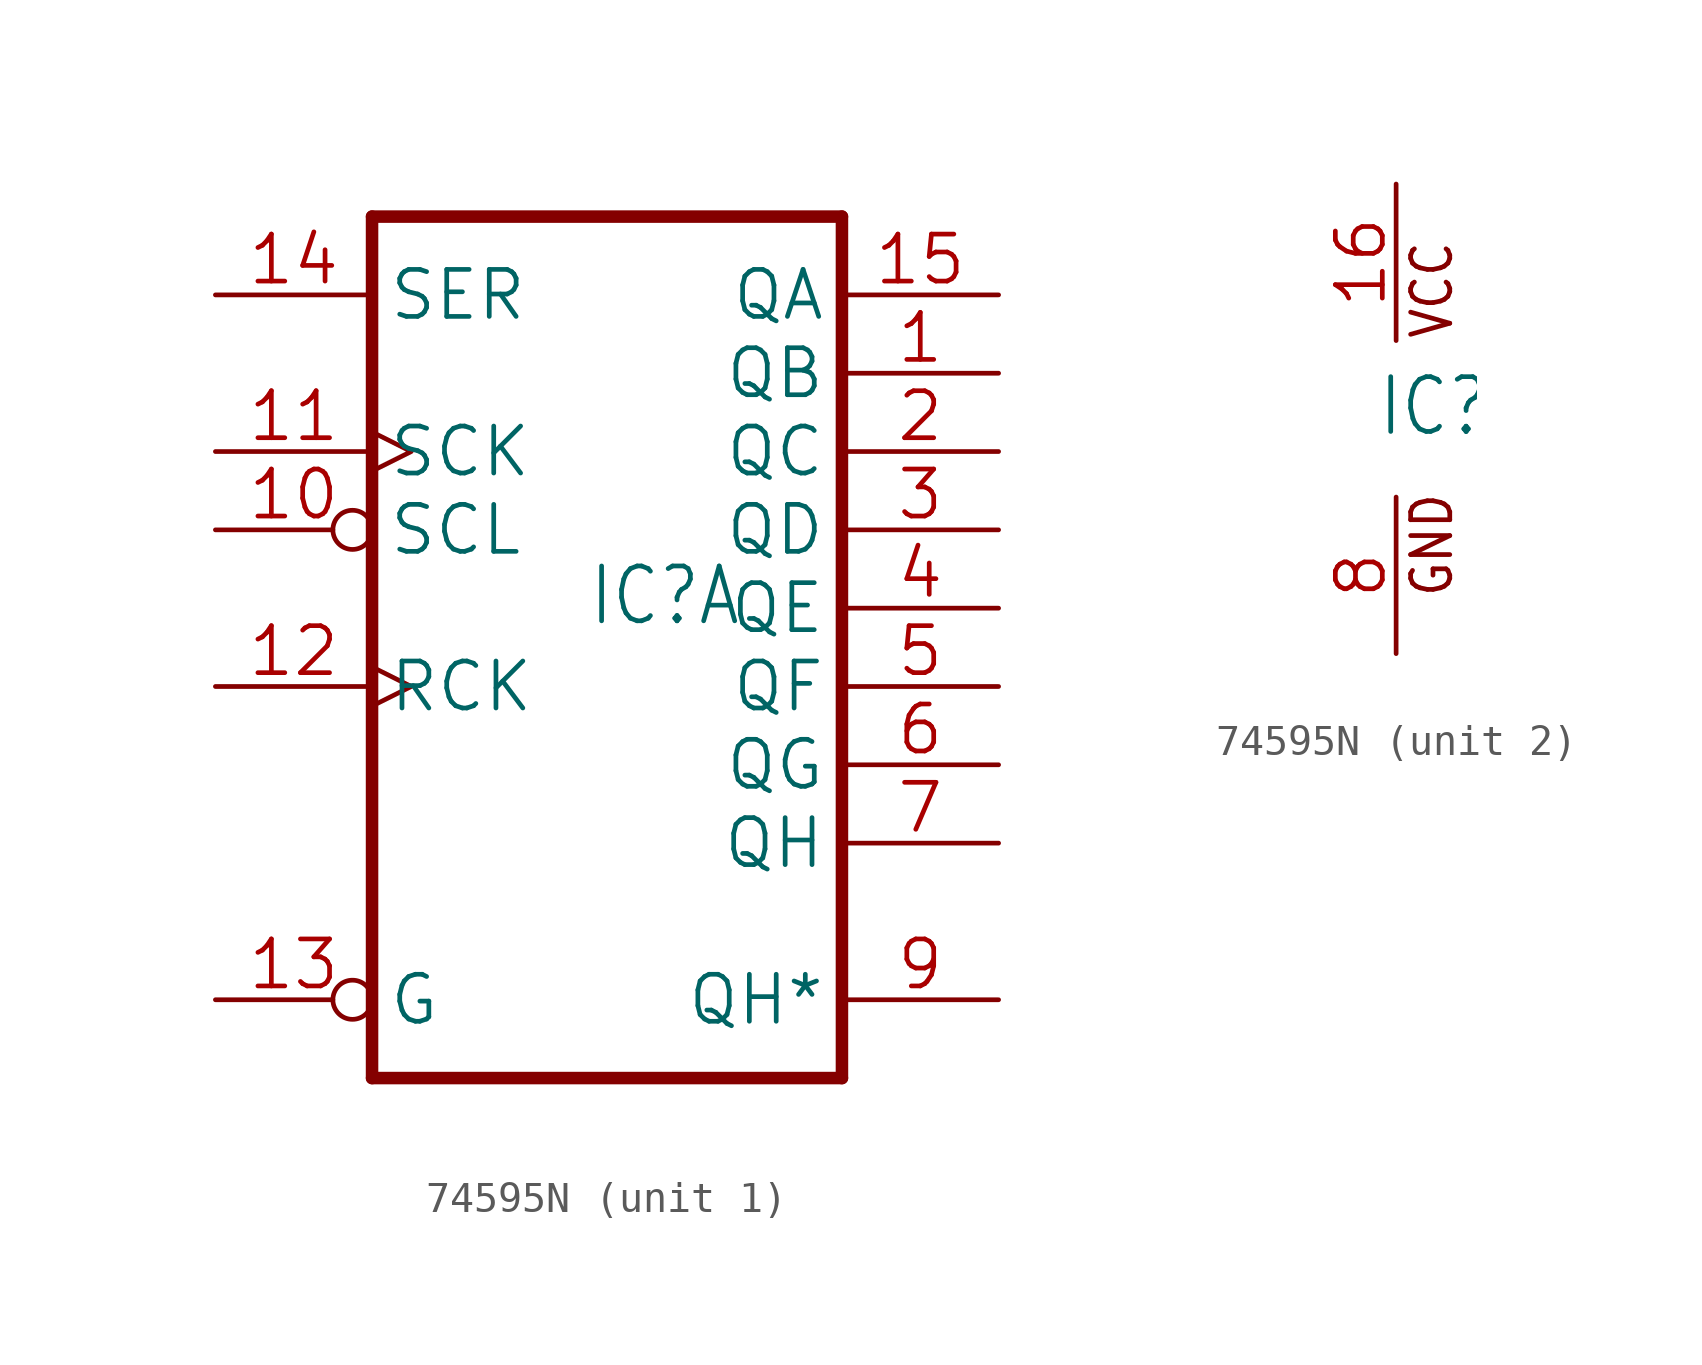
<source format=kicad_sym>
(kicad_symbol_lib
  (version 20241209)
  (generator "kicad_symbol_editor")
  (generator_version "9.0")
  (symbol "74595N"
    (property "Reference" "IC"
      (at -0.635 -0.635 0)
      (effects (font (size 1.778 1.511)) (justify left bottom)))
    (property "ki_locked" ""
      (at 0 0 0)
      (effects (font (size 1.27 1.27))))
    (symbol "74595N_1_0"
      (polyline (pts (xy -7.62 12.7) (xy -7.62 -15.24)) (stroke (width 0.406) (type solid)) (fill (type none)))
      (polyline (pts (xy -7.62 -15.24) (xy 7.62 -15.24)) (stroke (width 0.406) (type solid)) (fill (type none)))
      (polyline (pts (xy 7.62 12.7) (xy -7.62 12.7)) (stroke (width 0.406) (type solid)) (fill (type none)))
      (polyline (pts (xy 7.62 -15.24) (xy 7.62 12.7)) (stroke (width 0.406) (type solid)) (fill (type none)))
      (pin input line (at -12.7 10.16 0) (length 5.08) (name "SER" (effects (font (size 1.524 1.524)))) (number "14" (effects (font (size 1.524 1.524)))))
      (pin input clock (at -12.7 5.08 0) (length 5.08) (name "SCK" (effects (font (size 1.524 1.524)))) (number "11" (effects (font (size 1.524 1.524)))))
      (pin input inverted (at -12.7 2.54 0) (length 5.08) (name "SCL" (effects (font (size 1.524 1.524)))) (number "10" (effects (font (size 1.524 1.524)))))
      (pin input clock (at -12.7 -2.54 0) (length 5.08) (name "RCK" (effects (font (size 1.524 1.524)))) (number "12" (effects (font (size 1.524 1.524)))))
      (pin input inverted (at -12.7 -12.7 0) (length 5.08) (name "G" (effects (font (size 1.524 1.524)))) (number "13" (effects (font (size 1.524 1.524)))))
      (pin tri_state line (at 12.7 10.16 180) (length 5.08) (name "QA" (effects (font (size 1.524 1.524)))) (number "15" (effects (font (size 1.524 1.524)))))
      (pin tri_state line (at 12.7 7.62 180) (length 5.08) (name "QB" (effects (font (size 1.524 1.524)))) (number "1" (effects (font (size 1.524 1.524)))))
      (pin tri_state line (at 12.7 5.08 180) (length 5.08) (name "QC" (effects (font (size 1.524 1.524)))) (number "2" (effects (font (size 1.524 1.524)))))
      (pin tri_state line (at 12.7 2.54 180) (length 5.08) (name "QD" (effects (font (size 1.524 1.524)))) (number "3" (effects (font (size 1.524 1.524)))))
      (pin tri_state line (at 12.7 0 180) (length 5.08) (name "QE" (effects (font (size 1.524 1.524)))) (number "4" (effects (font (size 1.524 1.524)))))
      (pin tri_state line (at 12.7 -2.54 180) (length 5.08) (name "QF" (effects (font (size 1.524 1.524)))) (number "5" (effects (font (size 1.524 1.524)))))
      (pin tri_state line (at 12.7 -5.08 180) (length 5.08) (name "QG" (effects (font (size 1.524 1.524)))) (number "6" (effects (font (size 1.524 1.524)))))
      (pin tri_state line (at 12.7 -7.62 180) (length 5.08) (name "QH" (effects (font (size 1.524 1.524)))) (number "7" (effects (font (size 1.524 1.524)))))
      (pin tri_state line (at 12.7 -12.7 180) (length 5.08) (name "QH*" (effects (font (size 1.524 1.524)))) (number "9" (effects (font (size 1.524 1.524))))))
    (symbol "74595N_2_0"
      (text "VCC" (at 1.905 2.54 900) (effects (font (size 1.27 1.079)) (justify left bottom)))
      (text "GND" (at 1.905 -5.842 900) (effects (font (size 1.27 1.079)) (justify left bottom)))
      (pin power_in line (at 0 7.62 270) (length 5.08) (name "VCC" (effects (font (size 0 0)))) (number "16" (effects (font (size 1.524 1.524)))))
      (pin power_in line (at 0 -7.62 90) (length 5.08) (name "GND" (effects (font (size 0 0)))) (number "8" (effects (font (size 1.524 1.524))))))))
</source>
